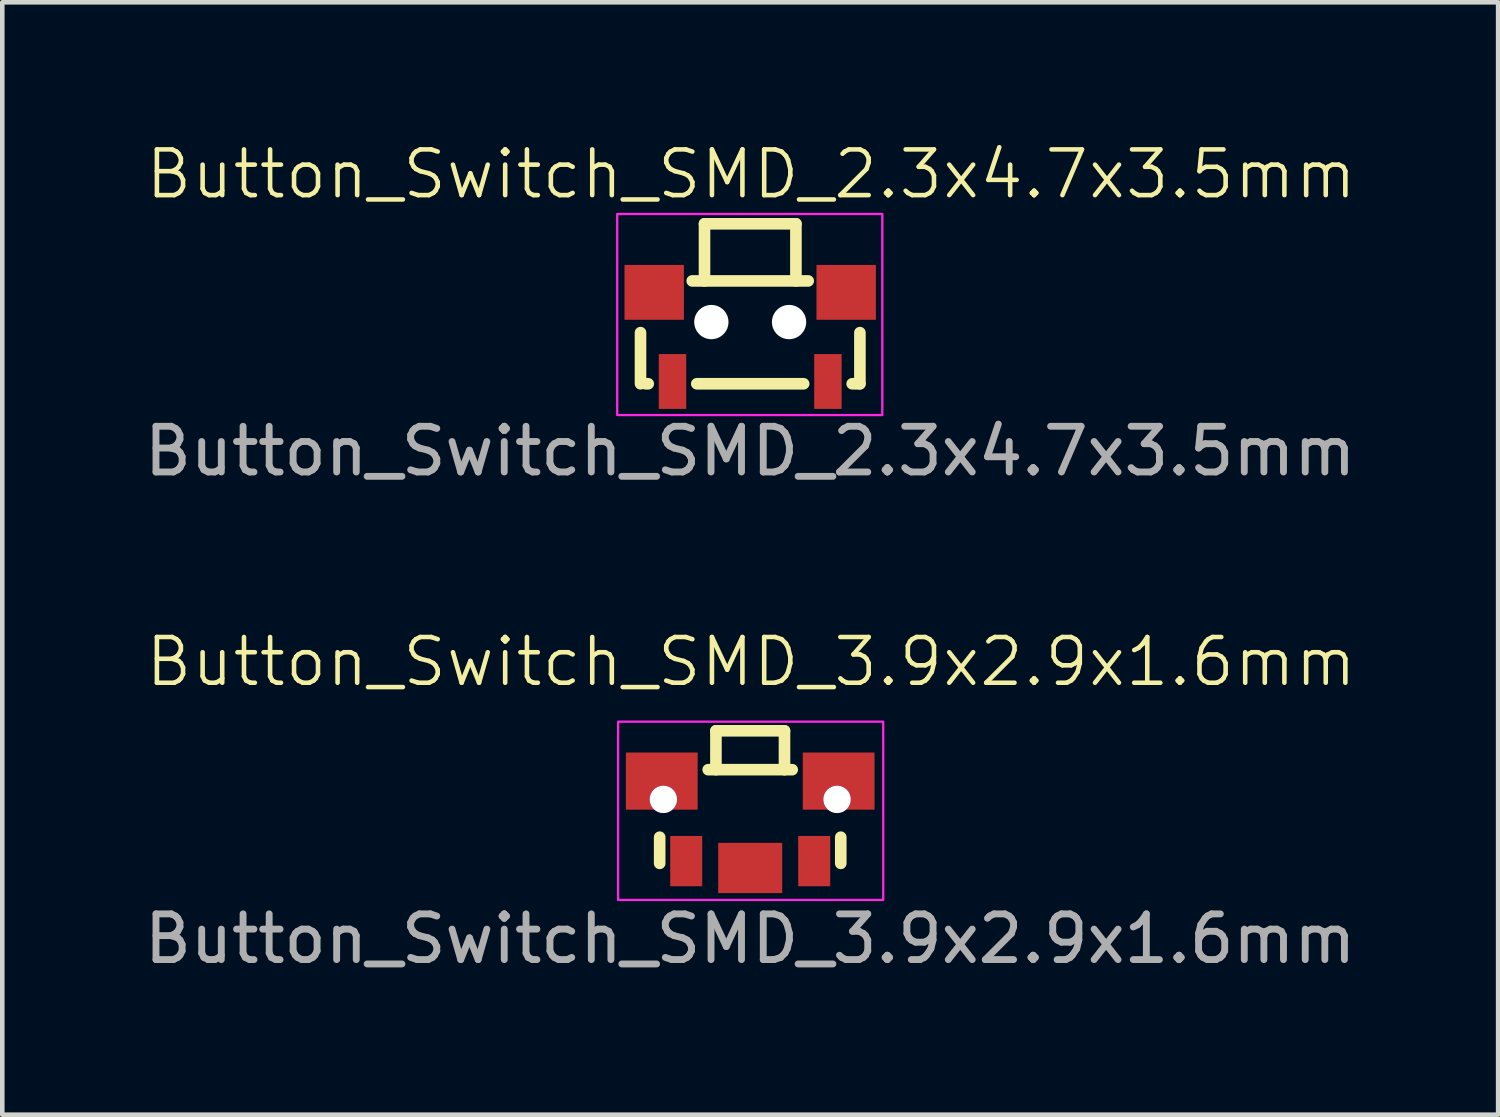
<source format=kicad_pcb>
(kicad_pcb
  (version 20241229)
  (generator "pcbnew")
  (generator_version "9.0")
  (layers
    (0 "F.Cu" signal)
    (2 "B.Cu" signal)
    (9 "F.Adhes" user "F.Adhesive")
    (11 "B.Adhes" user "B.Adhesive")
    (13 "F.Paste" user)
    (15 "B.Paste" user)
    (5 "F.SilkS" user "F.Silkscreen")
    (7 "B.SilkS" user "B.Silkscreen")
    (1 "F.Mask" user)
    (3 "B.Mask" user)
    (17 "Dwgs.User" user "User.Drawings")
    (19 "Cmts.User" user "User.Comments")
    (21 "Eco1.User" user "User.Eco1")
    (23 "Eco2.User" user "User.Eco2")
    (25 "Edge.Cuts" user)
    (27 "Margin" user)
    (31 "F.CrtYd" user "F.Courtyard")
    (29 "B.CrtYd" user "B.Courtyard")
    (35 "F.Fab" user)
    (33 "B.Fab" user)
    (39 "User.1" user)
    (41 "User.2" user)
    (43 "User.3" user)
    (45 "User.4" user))
  (footprint "Button_Switch_SMD_2.3x4.7x3.5mm"
    (layer "F.Cu")
    (at 13.363 4.321)
    (property "Reference" "Button_Switch_SMD_2.3x4.7x3.5mm" (at 0.02 -3.56 0) (unlocked yes) (layer "F.SilkS") (effects (font (size 1 1) (thickness 0.1))))
    (attr smd)
    (fp_line (start -2.4 -0.094) (end -2.4 1.025) (stroke (width 0.254) (type default)) (layer "F.SilkS"))
    (fp_line (start -2.289 1.025) (end -2.231 1.025) (stroke (width 0.254) (type default)) (layer "F.SilkS"))
    (fp_line (start -1.169 1.025) (end 1.169 1.025) (stroke (width 0.254) (type default)) (layer "F.SilkS"))
    (fp_line (start -1 -2.475) (end 1 -2.475) (stroke (width 0.254) (type default)) (layer "F.SilkS"))
    (fp_line (start -1 -1.225) (end -1 -2.475) (stroke (width 0.254) (type default)) (layer "F.SilkS"))
    (fp_line (start 1 -1.225) (end 1 -2.475) (stroke (width 0.254) (type default)) (layer "F.SilkS"))
    (fp_line (start 1.269 -1.225) (end -1.269 -1.225) (stroke (width 0.254) (type default)) (layer "F.SilkS"))
    (fp_line (start 2.231 1.025) (end 2.4 1.025) (stroke (width 0.254) (type default)) (layer "F.SilkS"))
    (fp_line (start 2.4 1.025) (end 2.4 -0.094) (stroke (width 0.254) (type default)) (layer "F.SilkS"))
    (fp_rect (start -2.91 -2.69) (end 2.89 1.71) (stroke (width 0.05) (type default)) (fill no) (layer "F.CrtYd"))
    (fp_text user "${REFERENCE}" (at 0 2.5 0) (unlocked yes) (layer "F.Fab") (effects (font (size 1 1) (thickness 0.15))))
    (pad "" smd rect (at -2.1 -0.975) (size 1.3 1.2) (layers "F.Cu" "F.Mask"))
    (pad "" np_thru_hole circle (at -0.85 -0.325) (size 0.75 0.75) (drill 0.75) (layers "*.Cu" "*.Mask"))
    (pad "" np_thru_hole circle (at 0.85 -0.325) (size 0.75 0.75) (drill 0.75) (layers "*.Cu" "*.Mask"))
    (pad "" smd rect (at 2.1 -0.975) (size 1.3 1.2) (layers "F.Cu" "F.Mask"))
    (pad "1" smd rect (at -1.7 0.975 90) (size 1.2 0.6) (layers "F.Cu" "F.Mask"))
    (pad "2" smd rect (at 1.7 0.975 90) (size 1.2 0.6) (layers "F.Cu" "F.Mask")))
  (footprint "Button_Switch_SMD_3.9x2.9x1.6mm"
    (layer "F.Cu")
    (at 13.363 14.989)
    (property "Reference" "Button_Switch_SMD_3.9x2.9x1.6mm" (at 0.02 -3.56 0) (unlocked yes) (layer "F.SilkS") (effects (font (size 1 1) (thickness 0.1))))
    (attr smd)
    (fp_line (start -1.981 0.85) (end -1.981 0.277) (stroke (width 0.254) (type default)) (layer "F.SilkS"))
    (fp_line (start -0.919 -1.2) (end 0.919 -1.2) (stroke (width 0.254) (type default)) (layer "F.SilkS"))
    (fp_line (start -0.75 -1.2) (end -0.75 -2.05) (stroke (width 0.254) (type default)) (layer "F.SilkS"))
    (fp_line (start 0.75 -2.05) (end -0.75 -2.05) (stroke (width 0.254) (type default)) (layer "F.SilkS"))
    (fp_line (start 0.75 -1.2) (end 0.75 -2.05) (stroke (width 0.254) (type default)) (layer "F.SilkS"))
    (fp_line (start 1.981 0.85) (end 1.981 0.277) (stroke (width 0.254) (type default)) (layer "F.SilkS"))
    (fp_rect (start -2.89 -2.25) (end 2.91 1.65) (stroke (width 0.05) (type default)) (fill no) (layer "F.CrtYd"))
    (fp_text user "${REFERENCE}" (at 0 2.5 0) (unlocked yes) (layer "F.Fab") (effects (font (size 1 1) (thickness 0.15))))
    (pad "" np_thru_hole circle (at -1.9 -0.55) (size 0.6 0.6) (drill 0.6) (layers "*.Cu" "*.Mask" "F.Adhes"))
    (pad "" np_thru_hole circle (at 1.9 -0.55) (size 0.6 0.6) (drill 0.6) (layers "*.Cu" "*.Mask" "F.Adhes"))
    (pad "1" smd rect (at -1.4 0.8) (size 0.7 1.1) (layers "F.Cu" "F.Mask"))
    (pad "2" smd rect (at 0 0.95) (size 1.4 1.1) (layers "F.Cu" "F.Mask"))
    (pad "3" smd rect (at 1.4 0.8) (size 0.7 1.1) (layers "F.Cu" "F.Mask"))
    (pad "4" smd rect (at 1.935 -0.95 270) (size 1.25 1.57) (layers "F.Cu" "F.Mask"))
    (pad "5" smd rect (at -1.935 -0.95 270) (size 1.25 1.57) (layers "F.Cu" "F.Mask")))
  (gr_rect
    (start -3 -3)
    (end 29.726 21.337)
    (stroke (width 0.1) (type default))
    (fill no)
    (layer "Edge.Cuts")))
</source>
